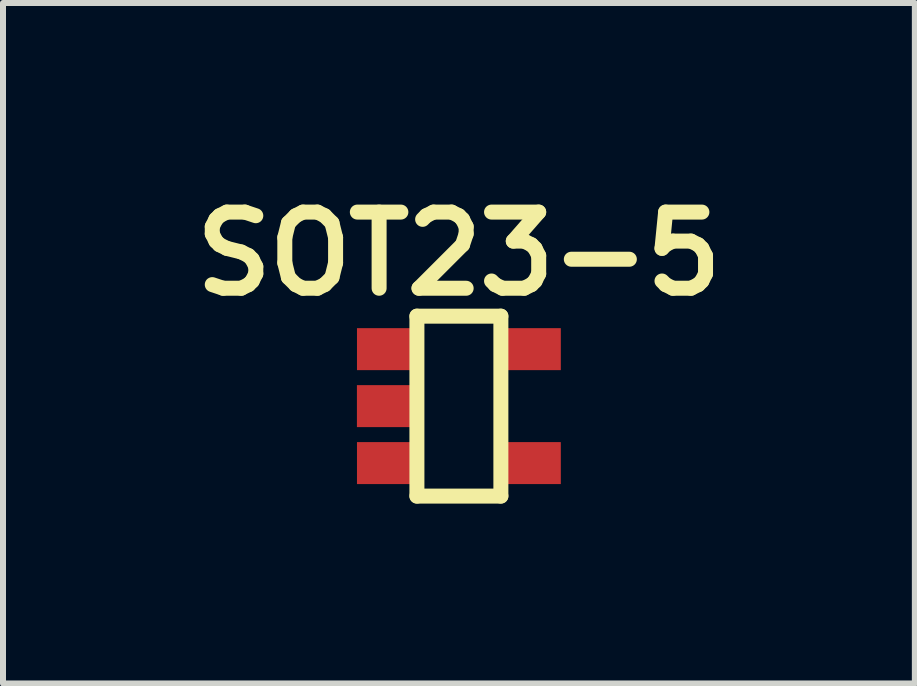
<source format=kicad_pcb>
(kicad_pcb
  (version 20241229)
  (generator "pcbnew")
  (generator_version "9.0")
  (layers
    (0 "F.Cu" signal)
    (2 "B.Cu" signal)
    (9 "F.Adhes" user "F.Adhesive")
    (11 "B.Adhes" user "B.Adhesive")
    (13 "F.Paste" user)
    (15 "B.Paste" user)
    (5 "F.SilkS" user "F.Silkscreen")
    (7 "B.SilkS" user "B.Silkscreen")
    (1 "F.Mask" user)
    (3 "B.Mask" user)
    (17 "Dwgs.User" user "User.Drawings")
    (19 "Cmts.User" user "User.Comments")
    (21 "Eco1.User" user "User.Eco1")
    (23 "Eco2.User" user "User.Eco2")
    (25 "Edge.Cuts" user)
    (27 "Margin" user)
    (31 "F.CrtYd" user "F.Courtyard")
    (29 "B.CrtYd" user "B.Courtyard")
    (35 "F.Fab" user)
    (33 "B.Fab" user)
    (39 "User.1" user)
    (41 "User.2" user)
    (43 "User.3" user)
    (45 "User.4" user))
  (footprint "SOT23-5"
    (layer "F.Cu")
    (at 4.602 3.722)
    (property "Reference" "SOT23-5" (at 0 -2.54 0) (layer "F.SilkS") (effects (font (size 1.27 1.27) (thickness 0.25))))
    (attr through_hole)
    (fp_line (start -0.7 -1.5) (end 0.7 -1.5) (stroke (width 0.25) (type solid)) (layer "F.SilkS"))
    (fp_line (start -0.7 1.5) (end -0.7 -1.5) (stroke (width 0.25) (type solid)) (layer "F.SilkS"))
    (fp_line (start 0.7 1.5) (end -0.7 1.5) (stroke (width 0.25) (type solid)) (layer "F.SilkS"))
    (fp_line (start 0.7 1.5) (end 0.7 -1.5) (stroke (width 0.25) (type solid)) (layer "F.SilkS"))
    (pad "1" smd rect (at -1.199 -0.95) (size 1.001 0.7) (layers "F.Cu" "F.Mask" "F.Paste"))
    (pad "2" smd rect (at -1.2 0) (size 1.001 0.7) (layers "F.Cu" "F.Mask" "F.Paste"))
    (pad "3" smd rect (at -1.199 0.95) (size 1.001 0.7) (layers "F.Cu" "F.Mask" "F.Paste"))
    (pad "4" smd rect (at 1.199 0.95) (size 1.001 0.7) (layers "F.Cu" "F.Mask" "F.Paste"))
    (pad "5" smd rect (at 1.199 -0.95) (size 1.001 0.7) (layers "F.Cu" "F.Mask" "F.Paste")))
  (gr_rect
    (start -3 -3)
    (end 12.205 8.347)
    (stroke (width 0.1) (type default))
    (fill no)
    (layer "Edge.Cuts")))
</source>
